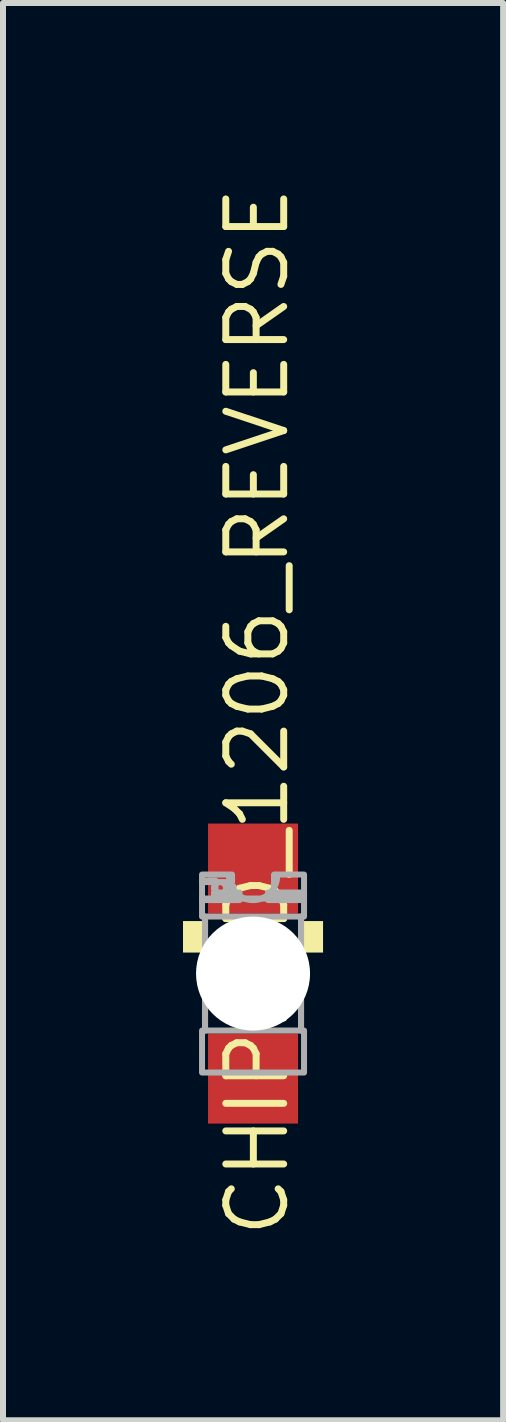
<source format=kicad_pcb>
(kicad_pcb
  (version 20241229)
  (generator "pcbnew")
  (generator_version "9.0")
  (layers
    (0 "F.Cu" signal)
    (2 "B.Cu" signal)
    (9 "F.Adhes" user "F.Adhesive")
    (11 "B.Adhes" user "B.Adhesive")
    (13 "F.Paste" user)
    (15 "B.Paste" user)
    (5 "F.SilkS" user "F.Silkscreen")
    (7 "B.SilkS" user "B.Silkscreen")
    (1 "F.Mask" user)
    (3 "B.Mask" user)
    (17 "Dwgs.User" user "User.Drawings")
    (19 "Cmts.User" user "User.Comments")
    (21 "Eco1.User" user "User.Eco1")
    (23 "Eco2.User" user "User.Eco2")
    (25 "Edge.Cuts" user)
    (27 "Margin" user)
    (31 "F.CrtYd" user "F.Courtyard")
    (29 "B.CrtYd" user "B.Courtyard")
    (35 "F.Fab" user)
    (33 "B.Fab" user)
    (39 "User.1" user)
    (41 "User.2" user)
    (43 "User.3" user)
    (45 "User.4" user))
  (footprint "CHIPLED_1206_REVERSE"
    (layer "F.Cu")
    (at 1.167 13.175)
    (property "Reference" "CHIPLED_1206_REVERSE" (at 0.635 4.445 270) (layer "F.SilkS") (effects (font (size 0.965 0.965) (thickness 0.116)) (justify left bottom)))
    (attr through_hole)
    (fp_poly (pts (xy -1.167 -0.35) (xy -0.843 -0.35) (xy -0.843 -0.875) (xy -1.167 -0.875)) (stroke (width 0) (type solid)) (fill yes) (layer "F.SilkS"))
    (fp_poly (pts (xy 0.843 -0.35) (xy 1.167 -0.35) (xy 1.167 -0.875) (xy 0.843 -0.875)) (stroke (width 0) (type solid)) (fill yes) (layer "F.SilkS"))
    (fp_line (start -0.8 0.95) (end -0.8 -0.95) (stroke (width 0.102) (type solid)) (layer "F.Fab"))
    (fp_line (start 0.8 -0.95) (end 0.8 0.95) (stroke (width 0.102) (type solid)) (layer "F.Fab"))
    (fp_arc (start 0.4 -1.599998) (mid -0.000001 -1.224968) (end -0.4 -1.6) (stroke (width 0.1016) (type solid)) (layer "F.Fab"))
    (fp_circle (center -0.55 -1.425) (end -0.45 -1.425) (stroke (width 0.102) (type solid)) (fill no) (layer "F.Fab"))
    (fp_poly (pts (xy -0.85 -1.525) (xy -0.35 -1.525) (xy -0.35 -1.65) (xy -0.85 -1.65)) (stroke (width 0.1) (type solid)) (fill no) (layer "F.Fab"))
    (fp_poly (pts (xy -0.85 -1.225) (xy -0.625 -1.225) (xy -0.625 -1.55) (xy -0.85 -1.55)) (stroke (width 0.1) (type solid)) (fill no) (layer "F.Fab"))
    (fp_poly (pts (xy -0.85 -0.95) (xy 0.85 -0.95) (xy 0.85 -1.25) (xy -0.85 -1.25)) (stroke (width 0.1) (type solid)) (fill no) (layer "F.Fab"))
    (fp_poly (pts (xy -0.85 1.65) (xy 0.85 1.65) (xy 0.85 0.95) (xy -0.85 0.95)) (stroke (width 0.1) (type solid)) (fill no) (layer "F.Fab"))
    (fp_poly (pts (xy -0.65 -1.225) (xy -0.225 -1.225) (xy -0.225 -1.35) (xy -0.65 -1.35)) (stroke (width 0.1) (type solid)) (fill no) (layer "F.Fab"))
    (fp_poly (pts (xy -0.45 -1.225) (xy -0.325 -1.225) (xy -0.325 -1.45) (xy -0.45 -1.45)) (stroke (width 0.1) (type solid)) (fill no) (layer "F.Fab"))
    (fp_poly (pts (xy 0.25 -1.225) (xy 0.85 -1.225) (xy 0.85 -1.35) (xy 0.25 -1.35)) (stroke (width 0.1) (type solid)) (fill no) (layer "F.Fab"))
    (fp_poly (pts (xy 0.35 -1.3) (xy 0.85 -1.3) (xy 0.85 -1.65) (xy 0.35 -1.65)) (stroke (width 0.1) (type solid)) (fill no) (layer "F.Fab"))
    (pad "" np_thru_hole circle (at 0 0) (size 1.9 1.9) (drill 1.9) (layers "*.Cu" "*.Mask"))
    (pad "A" smd rect (at 0 1.75) (size 1.5 1.5) (layers "F.Cu" "F.Mask" "F.Paste"))
    (pad "C" smd rect (at 0 -1.75) (size 1.5 1.5) (layers "F.Cu" "F.Mask" "F.Paste")))
  (gr_rect
    (start -3 -3)
    (end 5.335 20.62)
    (stroke (width 0.1) (type default))
    (fill no)
    (layer "Edge.Cuts")))
</source>
